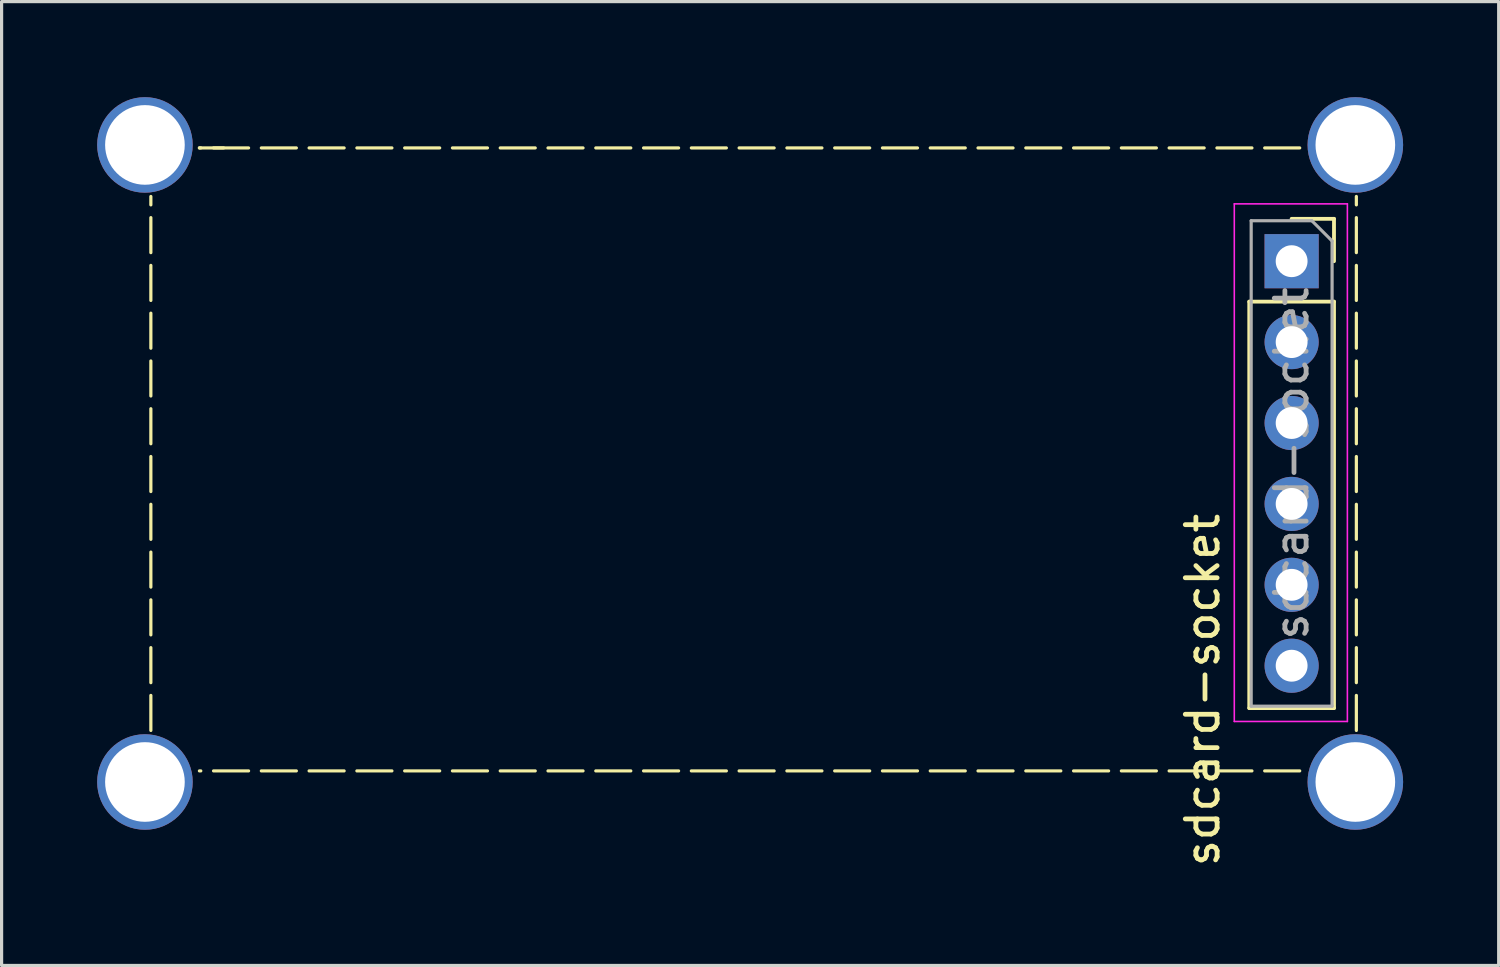
<source format=kicad_pcb>
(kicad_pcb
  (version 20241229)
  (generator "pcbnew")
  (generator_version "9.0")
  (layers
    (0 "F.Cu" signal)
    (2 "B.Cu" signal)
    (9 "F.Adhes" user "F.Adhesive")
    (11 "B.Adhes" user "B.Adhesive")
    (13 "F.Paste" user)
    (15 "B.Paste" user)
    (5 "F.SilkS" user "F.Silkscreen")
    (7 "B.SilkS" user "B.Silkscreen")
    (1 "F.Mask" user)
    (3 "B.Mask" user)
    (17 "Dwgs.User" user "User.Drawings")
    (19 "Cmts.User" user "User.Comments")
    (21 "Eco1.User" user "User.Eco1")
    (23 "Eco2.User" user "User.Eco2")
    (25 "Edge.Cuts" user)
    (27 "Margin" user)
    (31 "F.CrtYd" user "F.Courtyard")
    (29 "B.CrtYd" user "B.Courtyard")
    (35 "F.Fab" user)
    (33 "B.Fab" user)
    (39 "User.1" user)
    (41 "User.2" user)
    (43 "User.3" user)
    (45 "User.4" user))
  (footprint "sdcard-socket"
    (layer "F.Cu")
    (at 37.5 5.15)
    (property "Reference" "sdcard-socket" (at -2.794 13.462 90) (layer "F.SilkS") (effects (font (size 1 1) (thickness 0.15))))
    (attr through_hole)
    (fp_line (start -35.814 14.732) (end -35.814 -2.032) (stroke (width 0.1) (type dash)) (layer "F.SilkS"))
    (fp_line (start -34.29 -3.556) (end -33.528 -3.556) (stroke (width 0.1) (type dash)) (layer "F.SilkS"))
    (fp_line (start -1.33 1.27) (end -1.33 14.03) (stroke (width 0.12) (type solid)) (layer "F.SilkS"))
    (fp_line (start -1.33 1.27) (end 1.33 1.27) (stroke (width 0.12) (type solid)) (layer "F.SilkS"))
    (fp_line (start -1.33 14.03) (end 1.33 14.03) (stroke (width 0.12) (type solid)) (layer "F.SilkS"))
    (fp_line (start 0 -1.33) (end 1.33 -1.33) (stroke (width 0.12) (type solid)) (layer "F.SilkS"))
    (fp_line (start 0.254 -3.556) (end -34.29 -3.556) (stroke (width 0.1) (type dash)) (layer "F.SilkS"))
    (fp_line (start 0.254 16.002) (end -34.29 16.002) (stroke (width 0.1) (type dash)) (layer "F.SilkS"))
    (fp_line (start 1.33 -1.33) (end 1.33 0) (stroke (width 0.12) (type solid)) (layer "F.SilkS"))
    (fp_line (start 1.33 1.27) (end 1.33 14.03) (stroke (width 0.12) (type solid)) (layer "F.SilkS"))
    (fp_line (start 2.032 14.732) (end 2.032 -2.032) (stroke (width 0.1) (type dash)) (layer "F.SilkS"))
    (fp_line (start -1.8 -1.8) (end 1.75 -1.8) (stroke (width 0.05) (type solid)) (layer "F.CrtYd"))
    (fp_line (start -1.8 14.45) (end -1.8 -1.8) (stroke (width 0.05) (type solid)) (layer "F.CrtYd"))
    (fp_line (start 1.75 -1.8) (end 1.75 14.45) (stroke (width 0.05) (type solid)) (layer "F.CrtYd"))
    (fp_line (start 1.75 14.45) (end -1.8 14.45) (stroke (width 0.05) (type solid)) (layer "F.CrtYd"))
    (fp_line (start -1.27 -1.27) (end 0.635 -1.27) (stroke (width 0.1) (type solid)) (layer "F.Fab"))
    (fp_line (start -1.27 13.97) (end -1.27 -1.27) (stroke (width 0.1) (type solid)) (layer "F.Fab"))
    (fp_line (start 0.635 -1.27) (end 1.27 -0.635) (stroke (width 0.1) (type solid)) (layer "F.Fab"))
    (fp_line (start 1.27 -0.635) (end 1.27 13.97) (stroke (width 0.1) (type solid)) (layer "F.Fab"))
    (fp_line (start 1.27 13.97) (end -1.27 13.97) (stroke (width 0.1) (type solid)) (layer "F.Fab"))
    (fp_text user "${REFERENCE}" (at 0 6.35 90) (layer "F.Fab") (effects (font (size 1 1) (thickness 0.15))))
    (pad "" thru_hole circle (at -36 -3.65) (size 3 3) (drill 2.5) (layers "*.Cu" "*.Mask"))
    (pad "" thru_hole circle (at -36 16.35) (size 3 3) (drill 2.5) (layers "*.Cu" "*.Mask"))
    (pad "" thru_hole circle (at 2 -3.65) (size 3 3) (drill 2.5) (layers "*.Cu" "*.Mask"))
    (pad "" thru_hole circle (at 2 16.35) (size 3 3) (drill 2.5) (layers "*.Cu" "*.Mask"))
    (pad "1" thru_hole rect (at 0 0) (size 1.7 1.7) (drill 1) (layers "*.Cu" "*.Mask"))
    (pad "2" thru_hole oval (at 0 2.54) (size 1.7 1.7) (drill 1) (layers "*.Cu" "*.Mask"))
    (pad "3" thru_hole oval (at 0 5.08) (size 1.7 1.7) (drill 1) (layers "*.Cu" "*.Mask"))
    (pad "4" thru_hole oval (at 0 7.62) (size 1.7 1.7) (drill 1) (layers "*.Cu" "*.Mask"))
    (pad "5" thru_hole oval (at 0 10.16) (size 1.7 1.7) (drill 1) (layers "*.Cu" "*.Mask"))
    (pad "6" thru_hole oval (at 0 12.7) (size 1.7 1.7) (drill 1) (layers "*.Cu" "*.Mask")))
  (gr_rect
    (start -3 -3)
    (end 44 27.261)
    (stroke (width 0.1) (type default))
    (fill no)
    (layer "Edge.Cuts")))
</source>
